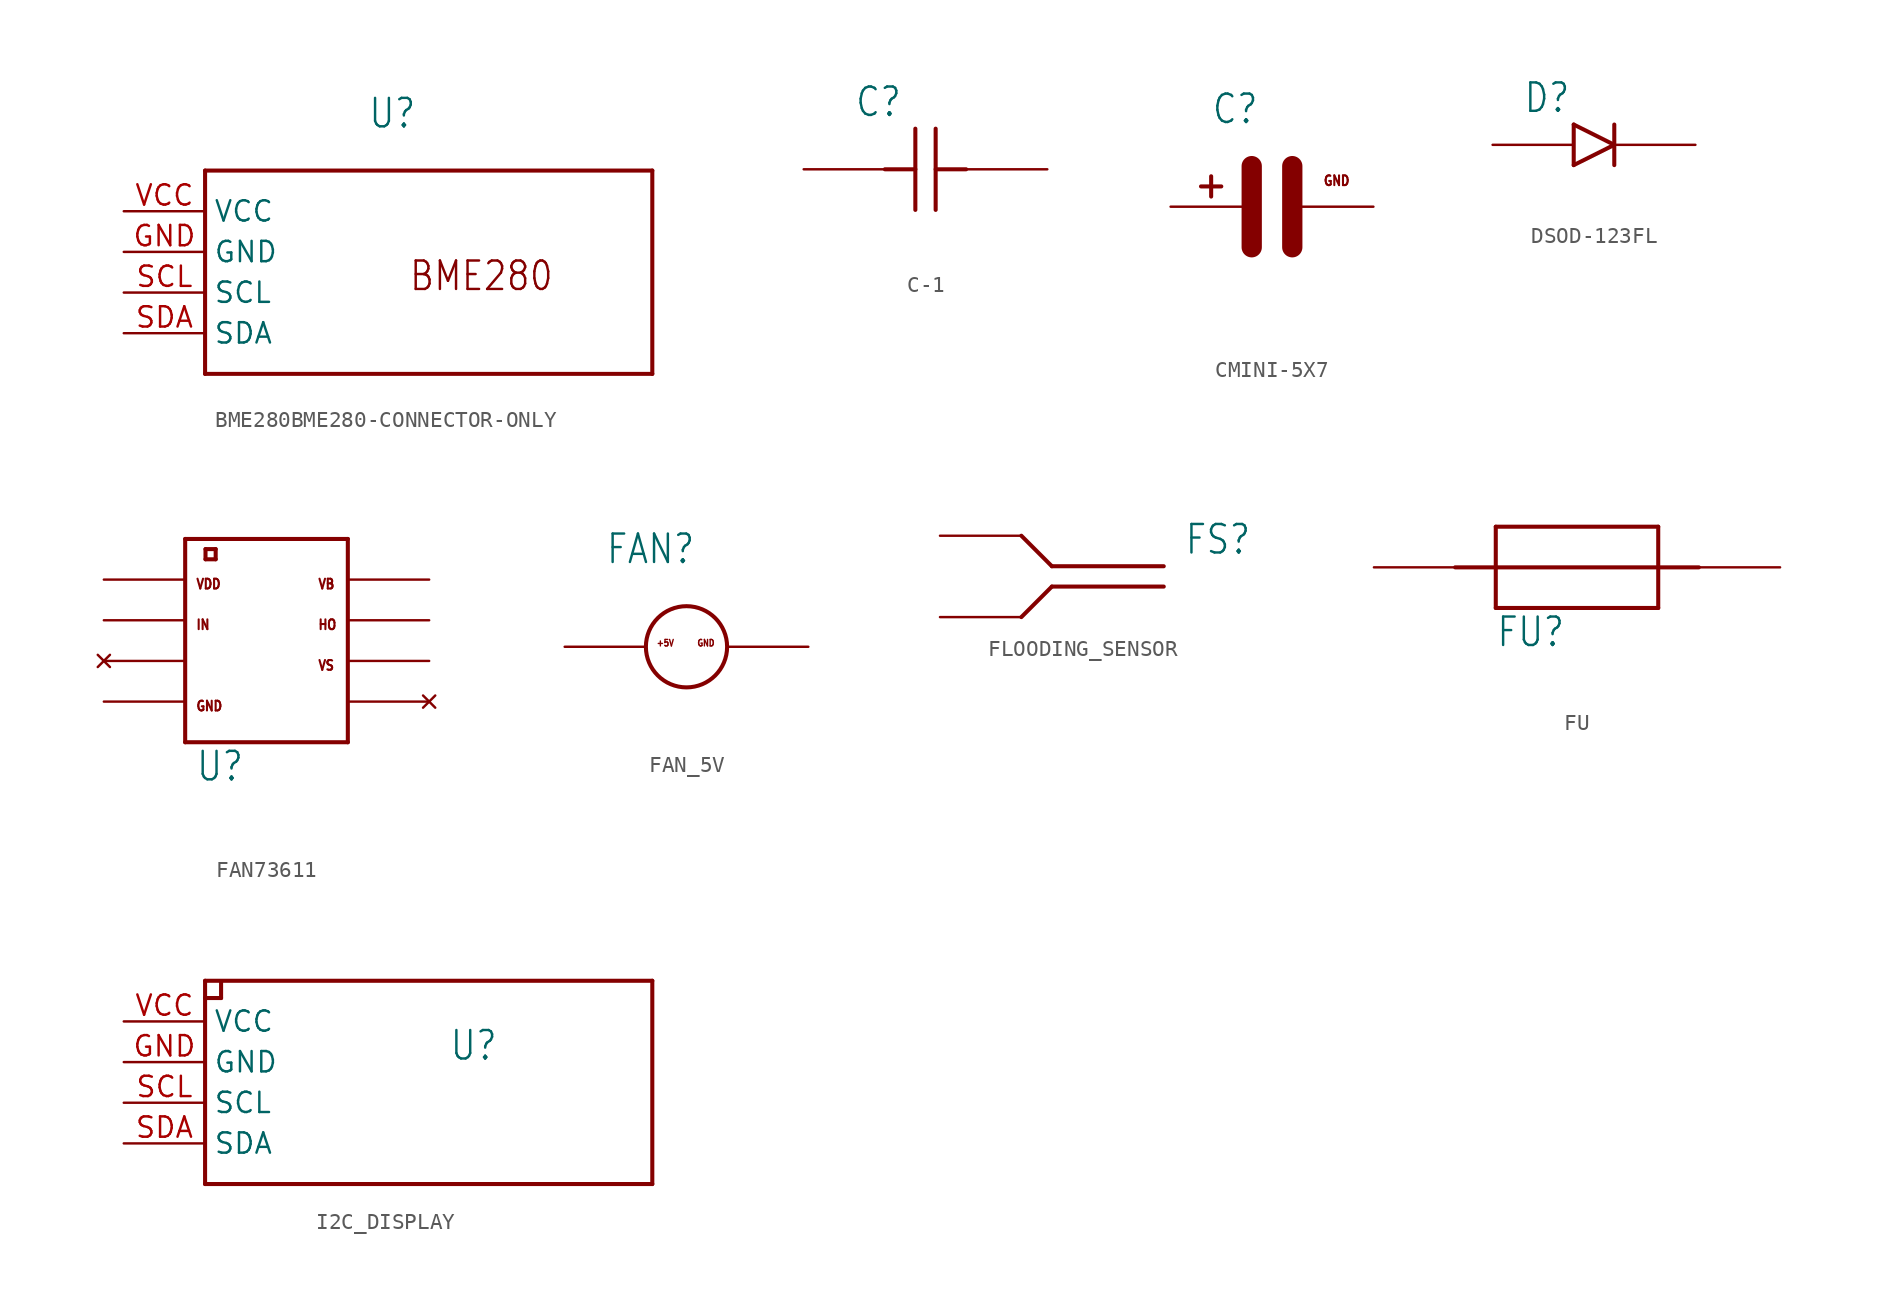
<source format=kicad_sym>
(kicad_symbol_lib
  (version 20231120)
  (generator "kicad_symbol_editor")
  (generator_version "8.0")
  (symbol "BME280BME280-CONNECTOR-ONLY"
    (property "Reference" "U"
      (at 5.08 10.16 0)
      (effects (font (size 1.778 1.511)) (justify left bottom)))
    (property "ki_locked" ""
      (at 0 0 0)
      (effects (font (size 1.27 1.27))))
    (symbol "BME280BME280-CONNECTOR-ONLY_1_0"
      (polyline (pts (xy -5.08 -5.08) (xy 22.86 -5.08)) (stroke (width 0.254) (type solid)) (fill (type none)))
      (polyline (pts (xy -5.08 7.62) (xy -5.08 -5.08)) (stroke (width 0.254) (type solid)) (fill (type none)))
      (polyline (pts (xy 22.86 -5.08) (xy 22.86 7.62)) (stroke (width 0.254) (type solid)) (fill (type none)))
      (polyline (pts (xy 22.86 7.62) (xy -5.08 7.62)) (stroke (width 0.254) (type solid)) (fill (type none)))
      (text "BME280" (at 7.62 0 0) (effects (font (size 1.778 1.511)) (justify left bottom)))
      (pin power_in line (at -10.16 2.54 0) (length 5.08) (name "GND" (effects (font (size 1.27 1.27)))) (number "GND" (effects (font (size 1.27 1.27)))))
      (pin bidirectional line (at -10.16 0 0) (length 5.08) (name "SCL" (effects (font (size 1.27 1.27)))) (number "SCL" (effects (font (size 1.27 1.27)))))
      (pin bidirectional line (at -10.16 -2.54 0) (length 5.08) (name "SDA" (effects (font (size 1.27 1.27)))) (number "SDA" (effects (font (size 1.27 1.27)))))
      (pin power_in line (at -10.16 5.08 0) (length 5.08) (name "VCC" (effects (font (size 1.27 1.27)))) (number "VCC" (effects (font (size 1.27 1.27)))))))
  (symbol "C-1"
    (property "Reference" "C"
      (at -4.445 3.175 0)
      (effects (font (size 1.778 1.511)) (justify left bottom)))
    (property "Value" ""
      (at -4.445 -5.08 0)
      (effects (font (size 1.778 1.511)) (justify left bottom)))
    (property "ki_locked" ""
      (at 0 0 0)
      (effects (font (size 1.27 1.27))))
    (symbol "C-1_1_0"
      (polyline (pts (xy -2.54 0) (xy -0.635 0)) (stroke (width 0.254) (type solid)) (fill (type none)))
      (polyline (pts (xy -0.635 2.54) (xy -0.635 -2.54)) (stroke (width 0.254) (type solid)) (fill (type none)))
      (polyline (pts (xy 0.635 2.54) (xy 0.635 -2.54)) (stroke (width 0.254) (type solid)) (fill (type none)))
      (polyline (pts (xy 2.54 0) (xy 0.635 0)) (stroke (width 0.254) (type solid)) (fill (type none)))
      (pin bidirectional line (at -7.62 0 0) (length 5.08) (name "P$1" (effects (font (size 0 0)))) (number "P$1" (effects (font (size 0 0)))))
      (pin bidirectional line (at 7.62 0 180) (length 5.08) (name "P$2" (effects (font (size 0 0)))) (number "P$2" (effects (font (size 0 0)))))))
  (symbol "CMINI-5X7"
    (property "Reference" "C"
      (at -5.08 5.08 0)
      (effects (font (size 1.778 1.511)) (justify left bottom)))
    (property "Value" ""
      (at -5.08 -7.62 0)
      (effects (font (size 1.778 1.511)) (justify left bottom)))
    (property "ki_locked" ""
      (at 0 0 0)
      (effects (font (size 1.27 1.27))))
    (symbol "CMINI-5X7_1_0"
      (polyline (pts (xy -5.715 1.27) (xy -4.445 1.27)) (stroke (width 0.254) (type solid)) (fill (type none)))
      (polyline (pts (xy -5.08 1.905) (xy -5.08 0.635)) (stroke (width 0.254) (type solid)) (fill (type none)))
      (polyline (pts (xy -2.54 2.54) (xy -2.54 -2.54)) (stroke (width 1.27) (type solid)) (fill (type none)))
      (polyline (pts (xy 0 2.54) (xy 0 -2.54)) (stroke (width 1.27) (type solid)) (fill (type none)))
      (text "GND" (at 1.905 1.27 0) (effects (font (size 0.61 0.518)) (justify left bottom)))
      (pin bidirectional line (at 5.08 0 180) (length 5.08) (name "PIN_GND" (effects (font (size 0 0)))) (number "MINUS" (effects (font (size 0 0)))))
      (pin bidirectional line (at -7.62 0 0) (length 5.08) (name "PIN_PLUS" (effects (font (size 0 0)))) (number "PLUS" (effects (font (size 0 0)))))))
  (symbol "DSOD-123FL"
    (property "Reference" "D"
      (at -5.715 1.905 0)
      (effects (font (size 1.778 1.511)) (justify left bottom)))
    (property "Value" ""
      (at -5.715 -3.81 0)
      (effects (font (size 1.778 1.511)) (justify left bottom)))
    (property "ki_locked" ""
      (at 0 0 0)
      (effects (font (size 1.27 1.27))))
    (symbol "DSOD-123FL_1_0"
      (polyline (pts (xy -2.54 -1.27) (xy 0 0)) (stroke (width 0.254) (type solid)) (fill (type none)))
      (polyline (pts (xy -2.54 1.27) (xy -2.54 -1.27)) (stroke (width 0.254) (type solid)) (fill (type none)))
      (polyline (pts (xy 0 0) (xy -2.54 1.27)) (stroke (width 0.254) (type solid)) (fill (type none)))
      (polyline (pts (xy 0 1.27) (xy 0 -1.27)) (stroke (width 0.254) (type solid)) (fill (type none)))
      (pin bidirectional line (at -7.62 0 0) (length 5.08) (name "ANODE" (effects (font (size 0 0)))) (number "ANODE" (effects (font (size 0 0)))))
      (pin bidirectional line (at 5.08 0 180) (length 5.08) (name "CATHODE" (effects (font (size 0 0)))) (number "CATHODE" (effects (font (size 0 0)))))))
  (symbol "FAN73611"
    (property "Reference" "U"
      (at -4.445 -7.62 0)
      (effects (font (size 1.778 1.511)) (justify left bottom)))
    (property "Value" ""
      (at -4.445 -10.16 0)
      (effects (font (size 1.778 1.511)) (justify left bottom)))
    (property "ki_locked" ""
      (at 0 0 0)
      (effects (font (size 1.27 1.27))))
    (symbol "FAN73611_1_0"
      (polyline (pts (xy -5.08 -5.08) (xy 5.08 -5.08)) (stroke (width 0.254) (type solid)) (fill (type none)))
      (polyline (pts (xy -5.08 7.62) (xy -5.08 -5.08)) (stroke (width 0.254) (type solid)) (fill (type none)))
      (polyline (pts (xy -3.81 6.35) (xy -3.175 6.35)) (stroke (width 0.254) (type solid)) (fill (type none)))
      (polyline (pts (xy -3.81 6.985) (xy -3.81 6.35)) (stroke (width 0.254) (type solid)) (fill (type none)))
      (polyline (pts (xy -3.175 6.35) (xy -3.175 6.985)) (stroke (width 0.254) (type solid)) (fill (type none)))
      (polyline (pts (xy -3.175 6.985) (xy -3.81 6.985)) (stroke (width 0.254) (type solid)) (fill (type none)))
      (polyline (pts (xy 5.08 -5.08) (xy 5.08 7.62)) (stroke (width 0.254) (type solid)) (fill (type none)))
      (polyline (pts (xy 5.08 7.62) (xy -5.08 7.62)) (stroke (width 0.254) (type solid)) (fill (type none)))
      (text "GND" (at -4.445 -3.175 0) (effects (font (size 0.61 0.518)) (justify left bottom)))
      (text "HO" (at 3.175 1.905 0) (effects (font (size 0.61 0.518)) (justify left bottom)))
      (text "IN" (at -4.445 1.905 0) (effects (font (size 0.61 0.518)) (justify left bottom)))
      (text "VB" (at 3.175 4.445 0) (effects (font (size 0.61 0.518)) (justify left bottom)))
      (text "VDD" (at -4.445 4.445 0) (effects (font (size 0.61 0.518)) (justify left bottom)))
      (text "VS" (at 3.175 -0.635 0) (effects (font (size 0.61 0.518)) (justify left bottom)))
      (pin power_in line (at -10.16 5.08 0) (length 5.08) (name "VDD" (effects (font (size 0 0)))) (number "P_1" (effects (font (size 0 0)))))
      (pin input line (at -10.16 2.54 0) (length 5.08) (name "IN" (effects (font (size 0 0)))) (number "P_2" (effects (font (size 0 0)))))
      (pin no_connect line (at -10.16 0 0) (length 5.08) (name "NC1" (effects (font (size 0 0)))) (number "P_3" (effects (font (size 0 0)))))
      (pin power_in line (at -10.16 -2.54 0) (length 5.08) (name "GND" (effects (font (size 0 0)))) (number "P_4" (effects (font (size 0 0)))))
      (pin no_connect line (at 10.16 -2.54 180) (length 5.08) (name "NC2" (effects (font (size 0 0)))) (number "P_5" (effects (font (size 0 0)))))
      (pin input line (at 10.16 0 180) (length 5.08) (name "VS" (effects (font (size 0 0)))) (number "P_6" (effects (font (size 0 0)))))
      (pin output line (at 10.16 2.54 180) (length 5.08) (name "HO" (effects (font (size 0 0)))) (number "P_7" (effects (font (size 0 0)))))
      (pin power_in line (at 10.16 5.08 180) (length 5.08) (name "VB" (effects (font (size 0 0)))) (number "P_8" (effects (font (size 0 0)))))))
  (symbol "FAN_5V"
    (property "Reference" "FAN"
      (at -5.08 5.08 0)
      (effects (font (size 1.778 1.511)) (justify left bottom)))
    (property "Value" ""
      (at -5.08 -5.08 0)
      (effects (font (size 1.778 1.511)) (justify left bottom)))
    (property "ki_locked" ""
      (at 0 0 0)
      (effects (font (size 1.27 1.27))))
    (symbol "FAN_5V_1_0"
      (circle (center 0 0) (radius 2.54) (stroke (width 0.254) (type solid)) (fill (type none)))
      (text "+5V" (at -1.905 0 0) (effects (font (size 0.406 0.345)) (justify left bottom)))
      (text "GND" (at 0.635 0 0) (effects (font (size 0.406 0.345)) (justify left bottom)))
      (pin power_in line (at 7.62 0 180) (length 5.08) (name "GND" (effects (font (size 0 0)))) (number "GND" (effects (font (size 0 0)))))
      (pin power_in line (at -7.62 0 0) (length 5.08) (name "VCC" (effects (font (size 0 0)))) (number "VCC" (effects (font (size 0 0)))))))
  (symbol "FLOODING_SENSOR"
    (property "Reference" "FS"
      (at 7.62 1.27 0)
      (effects (font (size 1.778 1.511)) (justify left bottom)))
    (property "Value" ""
      (at 7.62 -2.54 0)
      (effects (font (size 1.778 1.511)) (justify left bottom)))
    (property "ki_locked" ""
      (at 0 0 0)
      (effects (font (size 1.27 1.27))))
    (symbol "FLOODING_SENSOR_1_0"
      (polyline (pts (xy -2.54 -2.54) (xy -0.635 -0.635)) (stroke (width 0.254) (type solid)) (fill (type none)))
      (polyline (pts (xy -2.54 2.54) (xy -0.635 0.635)) (stroke (width 0.254) (type solid)) (fill (type none)))
      (polyline (pts (xy -0.635 -0.635) (xy 6.35 -0.635)) (stroke (width 0.254) (type solid)) (fill (type none)))
      (polyline (pts (xy -0.635 0.635) (xy 6.35 0.635)) (stroke (width 0.254) (type solid)) (fill (type none)))
      (pin bidirectional line (at -7.62 2.54 0) (length 5.08) (name "P$1" (effects (font (size 0 0)))) (number "P$1" (effects (font (size 0 0)))))
      (pin bidirectional line (at -7.62 -2.54 0) (length 5.08) (name "P$2" (effects (font (size 0 0)))) (number "P$2" (effects (font (size 0 0)))))))
  (symbol "FU"
    (property "Reference" "FU"
      (at -5.08 -5.08 0)
      (effects (font (size 1.778 1.511)) (justify left bottom)))
    (property "Value" ""
      (at -5.08 -7.62 0)
      (effects (font (size 1.778 1.511)) (justify left bottom)))
    (property "ki_locked" ""
      (at 0 0 0)
      (effects (font (size 1.27 1.27))))
    (symbol "FU_1_0"
      (polyline (pts (xy -7.62 0) (xy 7.62 0)) (stroke (width 0.254) (type solid)) (fill (type none)))
      (polyline (pts (xy -5.08 -2.54) (xy 5.08 -2.54)) (stroke (width 0.254) (type solid)) (fill (type none)))
      (polyline (pts (xy -5.08 2.54) (xy -5.08 -2.54)) (stroke (width 0.254) (type solid)) (fill (type none)))
      (polyline (pts (xy 5.08 -2.54) (xy 5.08 2.54)) (stroke (width 0.254) (type solid)) (fill (type none)))
      (polyline (pts (xy 5.08 2.54) (xy -5.08 2.54)) (stroke (width 0.254) (type solid)) (fill (type none)))
      (pin bidirectional line (at -12.7 0 0) (length 5.08) (name "P$1" (effects (font (size 0 0)))) (number "P$1" (effects (font (size 0 0)))))
      (pin bidirectional line (at 12.7 0 180) (length 5.08) (name "P$2" (effects (font (size 0 0)))) (number "P$2" (effects (font (size 0 0)))))))
  (symbol "I2C_DISPLAY"
    (property "Reference" "U"
      (at 15.24 0 0)
      (effects (font (size 1.778 1.511)) (justify left bottom)))
    (property "Value" ""
      (at 15.24 -5.08 0)
      (effects (font (size 1.778 1.511)) (justify left bottom)))
    (property "ki_locked" ""
      (at 0 0 0)
      (effects (font (size 1.27 1.27))))
    (symbol "I2C_DISPLAY_1_0"
      (polyline (pts (xy 0 -7.62) (xy 27.94 -7.62)) (stroke (width 0.254) (type solid)) (fill (type none)))
      (polyline (pts (xy 0 4) (xy 0 -7.62)) (stroke (width 0.254) (type solid)) (fill (type none)))
      (polyline (pts (xy 0 4) (xy 1 4)) (stroke (width 0.254) (type solid)) (fill (type none)))
      (polyline (pts (xy 0 5.08) (xy 0 4)) (stroke (width 0.254) (type solid)) (fill (type none)))
      (polyline (pts (xy 1 4) (xy 1 5)) (stroke (width 0.254) (type solid)) (fill (type none)))
      (polyline (pts (xy 27.94 -7.62) (xy 27.94 5.08)) (stroke (width 0.254) (type solid)) (fill (type none)))
      (polyline (pts (xy 27.94 5.08) (xy 0 5.08)) (stroke (width 0.254) (type solid)) (fill (type none)))
      (pin power_in line (at -5.08 0 0) (length 5.08) (name "GND" (effects (font (size 1.27 1.27)))) (number "GND" (effects (font (size 1.27 1.27)))))
      (pin bidirectional line (at -5.08 -2.54 0) (length 5.08) (name "SCL" (effects (font (size 1.27 1.27)))) (number "SCL" (effects (font (size 1.27 1.27)))))
      (pin bidirectional line (at -5.08 -5.08 0) (length 5.08) (name "SDA" (effects (font (size 1.27 1.27)))) (number "SDA" (effects (font (size 1.27 1.27)))))
      (pin power_in line (at -5.08 2.54 0) (length 5.08) (name "VCC" (effects (font (size 1.27 1.27)))) (number "VCC" (effects (font (size 1.27 1.27))))))))
</source>
